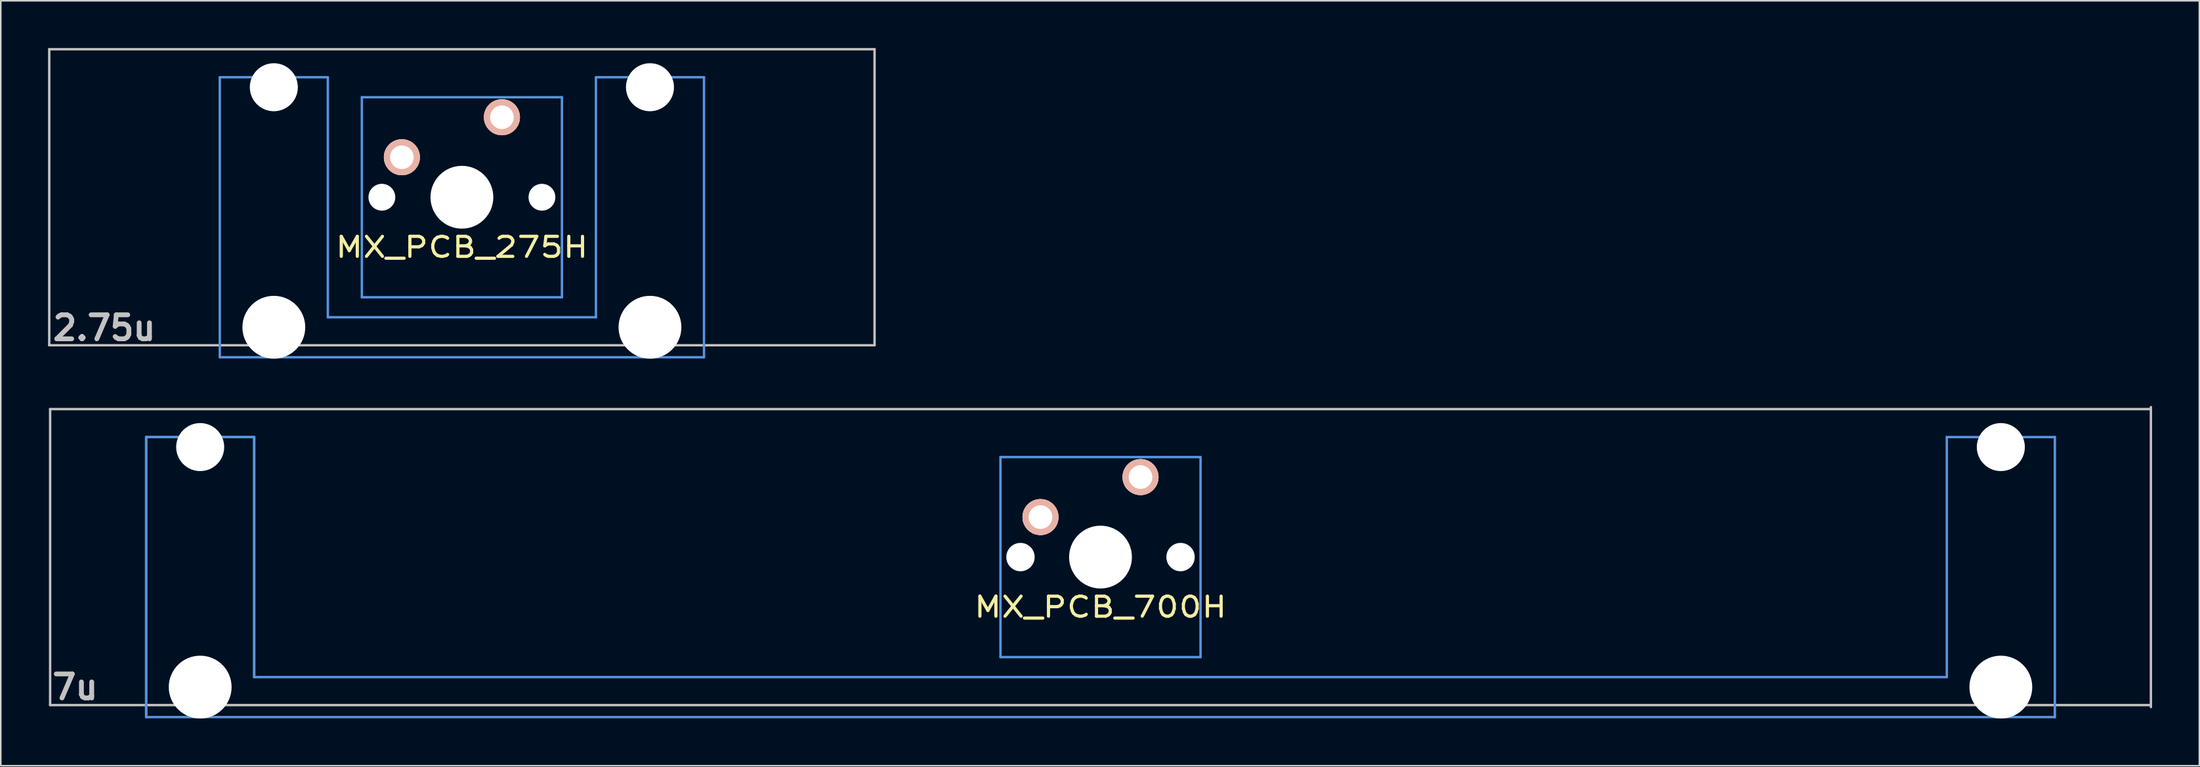
<source format=kicad_pcb>
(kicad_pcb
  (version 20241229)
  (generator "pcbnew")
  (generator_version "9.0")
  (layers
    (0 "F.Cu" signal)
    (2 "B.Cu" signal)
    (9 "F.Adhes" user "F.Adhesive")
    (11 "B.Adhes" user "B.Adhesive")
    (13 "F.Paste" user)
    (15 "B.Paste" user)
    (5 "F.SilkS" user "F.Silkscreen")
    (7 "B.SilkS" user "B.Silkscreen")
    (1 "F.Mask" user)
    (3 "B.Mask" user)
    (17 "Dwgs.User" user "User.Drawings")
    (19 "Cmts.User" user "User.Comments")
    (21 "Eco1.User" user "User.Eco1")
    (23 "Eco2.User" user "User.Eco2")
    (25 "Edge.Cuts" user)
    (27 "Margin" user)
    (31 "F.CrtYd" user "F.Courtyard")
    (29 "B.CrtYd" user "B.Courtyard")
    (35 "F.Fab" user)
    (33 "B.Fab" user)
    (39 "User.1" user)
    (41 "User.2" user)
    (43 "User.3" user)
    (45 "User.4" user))
  (footprint "MX_PCB_275H"
    (layer "F.Cu")
    (at 26.27 9.474)
    (property "Reference" "MX_PCB_275H" (at 0 3.175 0) (layer "F.SilkS") (effects (font (size 1.27 1.524) (thickness 0.203))))
    (attr through_hole)
    (fp_line (start -26.194 -9.398) (end 26.194 -9.398) (stroke (width 0.152) (type solid)) (layer "Dwgs.User"))
    (fp_line (start -26.194 9.398) (end -26.194 -9.398) (stroke (width 0.152) (type solid)) (layer "Dwgs.User"))
    (fp_line (start 26.194 -9.398) (end 26.194 9.398) (stroke (width 0.152) (type solid)) (layer "Dwgs.User"))
    (fp_line (start 26.194 9.398) (end -26.194 9.398) (stroke (width 0.152) (type solid)) (layer "Dwgs.User"))
    (fp_line (start -15.367 -7.62) (end -15.367 10.16) (stroke (width 0.152) (type solid)) (layer "Cmts.User"))
    (fp_line (start -15.367 10.16) (end 15.367 10.16) (stroke (width 0.152) (type solid)) (layer "Cmts.User"))
    (fp_line (start -8.509 -7.62) (end -15.367 -7.62) (stroke (width 0.152) (type solid)) (layer "Cmts.User"))
    (fp_line (start -8.509 7.62) (end -8.509 -7.62) (stroke (width 0.152) (type solid)) (layer "Cmts.User"))
    (fp_line (start -6.35 -6.35) (end 6.35 -6.35) (stroke (width 0.152) (type solid)) (layer "Cmts.User"))
    (fp_line (start -6.35 6.35) (end -6.35 -6.35) (stroke (width 0.152) (type solid)) (layer "Cmts.User"))
    (fp_line (start 6.35 -6.35) (end 6.35 6.35) (stroke (width 0.152) (type solid)) (layer "Cmts.User"))
    (fp_line (start 6.35 6.35) (end -6.35 6.35) (stroke (width 0.152) (type solid)) (layer "Cmts.User"))
    (fp_line (start 8.509 -7.62) (end 8.509 7.62) (stroke (width 0.152) (type solid)) (layer "Cmts.User"))
    (fp_line (start 8.509 7.62) (end -8.509 7.62) (stroke (width 0.152) (type solid)) (layer "Cmts.User"))
    (fp_line (start 15.367 -7.62) (end 8.509 -7.62) (stroke (width 0.152) (type solid)) (layer "Cmts.User"))
    (fp_line (start 15.367 10.16) (end 15.367 -7.62) (stroke (width 0.152) (type solid)) (layer "Cmts.User"))
    (fp_line (start -16.129 -2.286) (end -15.265 -2.286) (stroke (width 0.152) (type solid)) (layer "Eco2.User"))
    (fp_line (start -16.129 0.508) (end -16.129 -2.286) (stroke (width 0.152) (type solid)) (layer "Eco2.User"))
    (fp_line (start -15.265 -5.69) (end -8.611 -5.69) (stroke (width 0.152) (type solid)) (layer "Eco2.User"))
    (fp_line (start -15.265 -2.286) (end -15.265 -5.69) (stroke (width 0.152) (type solid)) (layer "Eco2.User"))
    (fp_line (start -15.265 0.508) (end -16.129 0.508) (stroke (width 0.152) (type solid)) (layer "Eco2.User"))
    (fp_line (start -15.265 6.604) (end -15.265 0.508) (stroke (width 0.152) (type solid)) (layer "Eco2.User"))
    (fp_line (start -14.224 6.604) (end -15.265 6.604) (stroke (width 0.152) (type solid)) (layer "Eco2.User"))
    (fp_line (start -14.224 7.772) (end -14.224 6.604) (stroke (width 0.152) (type solid)) (layer "Eco2.User"))
    (fp_line (start -9.652 6.604) (end -9.652 7.772) (stroke (width 0.152) (type solid)) (layer "Eco2.User"))
    (fp_line (start -9.652 7.772) (end -14.224 7.772) (stroke (width 0.152) (type solid)) (layer "Eco2.User"))
    (fp_line (start -8.611 -5.69) (end -8.611 -4.877) (stroke (width 0.152) (type solid)) (layer "Eco2.User"))
    (fp_line (start -8.611 -4.877) (end -6.985 -4.877) (stroke (width 0.152) (type solid)) (layer "Eco2.User"))
    (fp_line (start -8.611 5.817) (end -8.611 6.604) (stroke (width 0.152) (type solid)) (layer "Eco2.User"))
    (fp_line (start -8.611 6.604) (end -9.652 6.604) (stroke (width 0.152) (type solid)) (layer "Eco2.User"))
    (fp_line (start -6.985 -6.985) (end 6.985 -6.985) (stroke (width 0.152) (type solid)) (layer "Eco2.User"))
    (fp_line (start -6.985 -4.877) (end -6.985 -6.985) (stroke (width 0.152) (type solid)) (layer "Eco2.User"))
    (fp_line (start -6.985 5.817) (end -8.611 5.817) (stroke (width 0.152) (type solid)) (layer "Eco2.User"))
    (fp_line (start -6.985 6.985) (end -6.985 5.817) (stroke (width 0.152) (type solid)) (layer "Eco2.User"))
    (fp_line (start 6.985 -6.985) (end 6.985 -4.877) (stroke (width 0.152) (type solid)) (layer "Eco2.User"))
    (fp_line (start 6.985 -4.877) (end 8.611 -4.877) (stroke (width 0.152) (type solid)) (layer "Eco2.User"))
    (fp_line (start 6.985 5.817) (end 6.985 6.985) (stroke (width 0.152) (type solid)) (layer "Eco2.User"))
    (fp_line (start 6.985 6.985) (end -6.985 6.985) (stroke (width 0.152) (type solid)) (layer "Eco2.User"))
    (fp_line (start 8.611 -5.69) (end 15.265 -5.69) (stroke (width 0.152) (type solid)) (layer "Eco2.User"))
    (fp_line (start 8.611 -4.877) (end 8.611 -5.69) (stroke (width 0.152) (type solid)) (layer "Eco2.User"))
    (fp_line (start 8.611 5.817) (end 6.985 5.817) (stroke (width 0.152) (type solid)) (layer "Eco2.User"))
    (fp_line (start 8.611 6.604) (end 8.611 5.817) (stroke (width 0.152) (type solid)) (layer "Eco2.User"))
    (fp_line (start 9.652 6.604) (end 8.611 6.604) (stroke (width 0.152) (type solid)) (layer "Eco2.User"))
    (fp_line (start 9.652 7.772) (end 9.652 6.604) (stroke (width 0.152) (type solid)) (layer "Eco2.User"))
    (fp_line (start 14.224 6.604) (end 14.224 7.772) (stroke (width 0.152) (type solid)) (layer "Eco2.User"))
    (fp_line (start 14.224 7.772) (end 9.652 7.772) (stroke (width 0.152) (type solid)) (layer "Eco2.User"))
    (fp_line (start 15.265 -5.69) (end 15.265 -2.286) (stroke (width 0.152) (type solid)) (layer "Eco2.User"))
    (fp_line (start 15.265 -2.286) (end 16.129 -2.286) (stroke (width 0.152) (type solid)) (layer "Eco2.User"))
    (fp_line (start 15.265 0.508) (end 15.265 6.604) (stroke (width 0.152) (type solid)) (layer "Eco2.User"))
    (fp_line (start 15.265 6.604) (end 14.224 6.604) (stroke (width 0.152) (type solid)) (layer "Eco2.User"))
    (fp_line (start 16.129 -2.286) (end 16.129 0.508) (stroke (width 0.152) (type solid)) (layer "Eco2.User"))
    (fp_line (start 16.129 0.508) (end 15.265 0.508) (stroke (width 0.152) (type solid)) (layer "Eco2.User"))
    (fp_text user "2.75u" (at -22.7 8.3 0) (layer "Dwgs.User") (effects (font (size 1.524 1.524) (thickness 0.305))))
    (pad "" np_thru_hole circle (at -11.938 -6.985) (size 3.048 3.048) (drill 3.048) (layers "*.Cu" "*.Mask"))
    (pad "" np_thru_hole circle (at -11.938 8.255) (size 3.988 3.988) (drill 3.988) (layers "*.Cu" "*.Mask"))
    (pad "" np_thru_hole circle (at -5.08 0) (size 1.702 1.702) (drill 1.702) (layers "*.Cu" "*.Mask"))
    (pad "" np_thru_hole circle (at 0 0) (size 3.988 3.988) (drill 3.988) (layers "*.Cu" "*.Mask"))
    (pad "" np_thru_hole circle (at 5.08 0) (size 1.702 1.702) (drill 1.702) (layers "*.Cu" "*.Mask"))
    (pad "" np_thru_hole circle (at 11.938 -6.985) (size 3.048 3.048) (drill 3.048) (layers "*.Cu" "*.Mask"))
    (pad "" np_thru_hole circle (at 11.938 8.255) (size 3.988 3.988) (drill 3.988) (layers "*.Cu" "*.Mask"))
    (pad "1" thru_hole circle (at 2.54 -5.08) (size 2.286 2.286) (drill 1.499) (layers "*.Cu" "*.SilkS" "*.Mask"))
    (pad "2" thru_hole circle (at -3.81 -2.54) (size 2.286 2.286) (drill 1.499) (layers "*.Cu" "*.SilkS" "*.Mask")))
  (footprint "MX_PCB_700H"
    (layer "F.Cu")
    (at 66.807 32.323)
    (property "Reference" "MX_PCB_700H" (at 0 3.175 0) (layer "F.SilkS") (effects (font (size 1.27 1.524) (thickness 0.203))))
    (attr through_hole)
    (fp_line (start -66.675 -9.398) (end 66.675 -9.398) (stroke (width 0.152) (type solid)) (layer "Dwgs.User"))
    (fp_line (start -66.675 9.398) (end -66.675 -9.398) (stroke (width 0.152) (type solid)) (layer "Dwgs.User"))
    (fp_line (start 66.675 -9.525) (end 66.675 9.525) (stroke (width 0.15) (type solid)) (layer "Dwgs.User"))
    (fp_line (start 66.675 9.398) (end -66.675 9.398) (stroke (width 0.152) (type solid)) (layer "Dwgs.User"))
    (fp_line (start -60.579 -7.62) (end -60.579 10.16) (stroke (width 0.152) (type solid)) (layer "Cmts.User"))
    (fp_line (start -60.579 -7.62) (end -60.579 10.16) (stroke (width 0.152) (type solid)) (layer "Cmts.User"))
    (fp_line (start -60.579 10.16) (end 60.579 10.16) (stroke (width 0.152) (type solid)) (layer "Cmts.User"))
    (fp_line (start -53.721 -7.62) (end -60.579 -7.62) (stroke (width 0.152) (type solid)) (layer "Cmts.User"))
    (fp_line (start -53.721 -7.62) (end -60.579 -7.62) (stroke (width 0.152) (type solid)) (layer "Cmts.User"))
    (fp_line (start -53.721 7.62) (end -53.721 -7.62) (stroke (width 0.152) (type solid)) (layer "Cmts.User"))
    (fp_line (start -53.721 7.62) (end -53.721 -7.62) (stroke (width 0.152) (type solid)) (layer "Cmts.User"))
    (fp_line (start -6.35 -6.35) (end 6.35 -6.35) (stroke (width 0.152) (type solid)) (layer "Cmts.User"))
    (fp_line (start -6.35 6.35) (end -6.35 -6.35) (stroke (width 0.152) (type solid)) (layer "Cmts.User"))
    (fp_line (start 6.35 -6.35) (end 6.35 6.35) (stroke (width 0.152) (type solid)) (layer "Cmts.User"))
    (fp_line (start 6.35 6.35) (end -6.35 6.35) (stroke (width 0.152) (type solid)) (layer "Cmts.User"))
    (fp_line (start 53.721 -7.62) (end 53.721 7.62) (stroke (width 0.152) (type solid)) (layer "Cmts.User"))
    (fp_line (start 53.721 7.62) (end -53.721 7.62) (stroke (width 0.152) (type solid)) (layer "Cmts.User"))
    (fp_line (start 60.579 -7.62) (end 53.721 -7.62) (stroke (width 0.152) (type solid)) (layer "Cmts.User"))
    (fp_line (start 60.579 10.16) (end 60.579 -7.62) (stroke (width 0.152) (type solid)) (layer "Cmts.User"))
    (fp_line (start -61.341 -2.286) (end -60.477 -2.286) (stroke (width 0.152) (type solid)) (layer "Eco2.User"))
    (fp_line (start -61.341 0.508) (end -61.341 -2.286) (stroke (width 0.152) (type solid)) (layer "Eco2.User"))
    (fp_line (start -60.477 -5.69) (end -53.823 -5.69) (stroke (width 0.152) (type solid)) (layer "Eco2.User"))
    (fp_line (start -60.477 -5.69) (end -53.823 -5.69) (stroke (width 0.152) (type solid)) (layer "Eco2.User"))
    (fp_line (start -60.477 -2.286) (end -60.477 -5.69) (stroke (width 0.152) (type solid)) (layer "Eco2.User"))
    (fp_line (start -60.477 -2.286) (end -60.477 -5.69) (stroke (width 0.152) (type solid)) (layer "Eco2.User"))
    (fp_line (start -60.477 0.508) (end -61.341 0.508) (stroke (width 0.152) (type solid)) (layer "Eco2.User"))
    (fp_line (start -60.477 6.604) (end -60.477 0.508) (stroke (width 0.152) (type solid)) (layer "Eco2.User"))
    (fp_line (start -60.477 6.604) (end -60.477 0.508) (stroke (width 0.152) (type solid)) (layer "Eco2.User"))
    (fp_line (start -59.436 6.604) (end -60.477 6.604) (stroke (width 0.152) (type solid)) (layer "Eco2.User"))
    (fp_line (start -59.436 6.604) (end -60.477 6.604) (stroke (width 0.152) (type solid)) (layer "Eco2.User"))
    (fp_line (start -59.436 7.772) (end -59.436 6.604) (stroke (width 0.152) (type solid)) (layer "Eco2.User"))
    (fp_line (start -59.436 7.772) (end -59.436 6.604) (stroke (width 0.152) (type solid)) (layer "Eco2.User"))
    (fp_line (start -54.864 6.604) (end -54.864 7.772) (stroke (width 0.152) (type solid)) (layer "Eco2.User"))
    (fp_line (start -54.864 6.604) (end -54.864 7.772) (stroke (width 0.152) (type solid)) (layer "Eco2.User"))
    (fp_line (start -54.864 7.772) (end -59.436 7.772) (stroke (width 0.152) (type solid)) (layer "Eco2.User"))
    (fp_line (start -54.864 7.772) (end -59.436 7.772) (stroke (width 0.152) (type solid)) (layer "Eco2.User"))
    (fp_line (start -53.823 -5.69) (end -53.823 -2.286) (stroke (width 0.152) (type solid)) (layer "Eco2.User"))
    (fp_line (start -53.823 -5.69) (end -53.823 -2.286) (stroke (width 0.152) (type solid)) (layer "Eco2.User"))
    (fp_line (start -53.823 -2.286) (end -6.985 -2.286) (stroke (width 0.152) (type solid)) (layer "Eco2.User"))
    (fp_line (start -53.823 2.286) (end -53.823 6.604) (stroke (width 0.152) (type solid)) (layer "Eco2.User"))
    (fp_line (start -53.823 2.286) (end -53.823 6.604) (stroke (width 0.152) (type solid)) (layer "Eco2.User"))
    (fp_line (start -53.823 6.604) (end -54.864 6.604) (stroke (width 0.152) (type solid)) (layer "Eco2.User"))
    (fp_line (start -53.823 6.604) (end -54.864 6.604) (stroke (width 0.152) (type solid)) (layer "Eco2.User"))
    (fp_line (start -6.985 -6.985) (end 6.985 -6.985) (stroke (width 0.152) (type solid)) (layer "Eco2.User"))
    (fp_line (start -6.985 -2.286) (end -6.985 -6.985) (stroke (width 0.152) (type solid)) (layer "Eco2.User"))
    (fp_line (start -6.985 2.286) (end -53.823 2.286) (stroke (width 0.152) (type solid)) (layer "Eco2.User"))
    (fp_line (start -6.985 6.985) (end -6.985 2.286) (stroke (width 0.152) (type solid)) (layer "Eco2.User"))
    (fp_line (start 6.985 -6.985) (end 6.985 -2.286) (stroke (width 0.152) (type solid)) (layer "Eco2.User"))
    (fp_line (start 6.985 -2.286) (end 53.823 -2.286) (stroke (width 0.152) (type solid)) (layer "Eco2.User"))
    (fp_line (start 6.985 2.286) (end 6.985 6.985) (stroke (width 0.152) (type solid)) (layer "Eco2.User"))
    (fp_line (start 6.985 6.985) (end -6.985 6.985) (stroke (width 0.152) (type solid)) (layer "Eco2.User"))
    (fp_line (start 53.823 -5.69) (end 60.477 -5.69) (stroke (width 0.152) (type solid)) (layer "Eco2.User"))
    (fp_line (start 53.823 -2.286) (end 53.823 -5.69) (stroke (width 0.152) (type solid)) (layer "Eco2.User"))
    (fp_line (start 53.823 2.286) (end 6.985 2.286) (stroke (width 0.152) (type solid)) (layer "Eco2.User"))
    (fp_line (start 53.823 6.604) (end 53.823 2.286) (stroke (width 0.152) (type solid)) (layer "Eco2.User"))
    (fp_line (start 54.864 6.604) (end 53.823 6.604) (stroke (width 0.152) (type solid)) (layer "Eco2.User"))
    (fp_line (start 54.864 7.772) (end 54.864 6.604) (stroke (width 0.152) (type solid)) (layer "Eco2.User"))
    (fp_line (start 59.436 6.604) (end 59.436 7.772) (stroke (width 0.152) (type solid)) (layer "Eco2.User"))
    (fp_line (start 59.436 7.772) (end 54.864 7.772) (stroke (width 0.152) (type solid)) (layer "Eco2.User"))
    (fp_line (start 60.477 -5.69) (end 60.477 -2.286) (stroke (width 0.152) (type solid)) (layer "Eco2.User"))
    (fp_line (start 60.477 -2.286) (end 61.341 -2.286) (stroke (width 0.152) (type solid)) (layer "Eco2.User"))
    (fp_line (start 60.477 0.508) (end 60.477 6.604) (stroke (width 0.152) (type solid)) (layer "Eco2.User"))
    (fp_line (start 60.477 6.604) (end 59.436 6.604) (stroke (width 0.152) (type solid)) (layer "Eco2.User"))
    (fp_line (start 61.341 -2.286) (end 61.341 0.508) (stroke (width 0.152) (type solid)) (layer "Eco2.User"))
    (fp_line (start 61.341 0.508) (end 60.477 0.508) (stroke (width 0.152) (type solid)) (layer "Eco2.User"))
    (fp_text user "7u" (at -65.088 8.255 0) (layer "Dwgs.User") (effects (font (size 1.524 1.524) (thickness 0.305))))
    (pad "" np_thru_hole circle (at -57.15 -6.985) (size 3.048 3.048) (drill 3.048) (layers "*.Cu" "*.Mask"))
    (pad "" np_thru_hole circle (at -57.15 8.255) (size 3.988 3.988) (drill 3.988) (layers "*.Cu" "*.Mask"))
    (pad "" np_thru_hole circle (at -5.08 0) (size 1.8 1.8) (drill 1.8) (layers "*.Cu" "*.Mask"))
    (pad "" np_thru_hole circle (at 0 0) (size 3.988 3.988) (drill 3.988) (layers "*.Cu" "*.Mask"))
    (pad "" np_thru_hole circle (at 5.08 0) (size 1.8 1.8) (drill 1.8) (layers "*.Cu" "*.Mask"))
    (pad "" np_thru_hole circle (at 57.15 -6.985) (size 3.048 3.048) (drill 3.048) (layers "*.Cu" "*.Mask"))
    (pad "" np_thru_hole circle (at 57.15 8.255) (size 3.988 3.988) (drill 3.988) (layers "*.Cu" "*.Mask"))
    (pad "1" thru_hole circle (at 2.54 -5.08) (size 2.286 2.286) (drill 1.499) (layers "*.Cu" "*.SilkS" "*.Mask"))
    (pad "2" thru_hole circle (at -3.81 -2.54) (size 2.286 2.286) (drill 1.499) (layers "*.Cu" "*.SilkS" "*.Mask")))
  (gr_rect
    (start -3 -3)
    (end 136.559 45.572)
    (stroke (width 0.1) (type default))
    (fill no)
    (layer "Edge.Cuts")))
</source>
